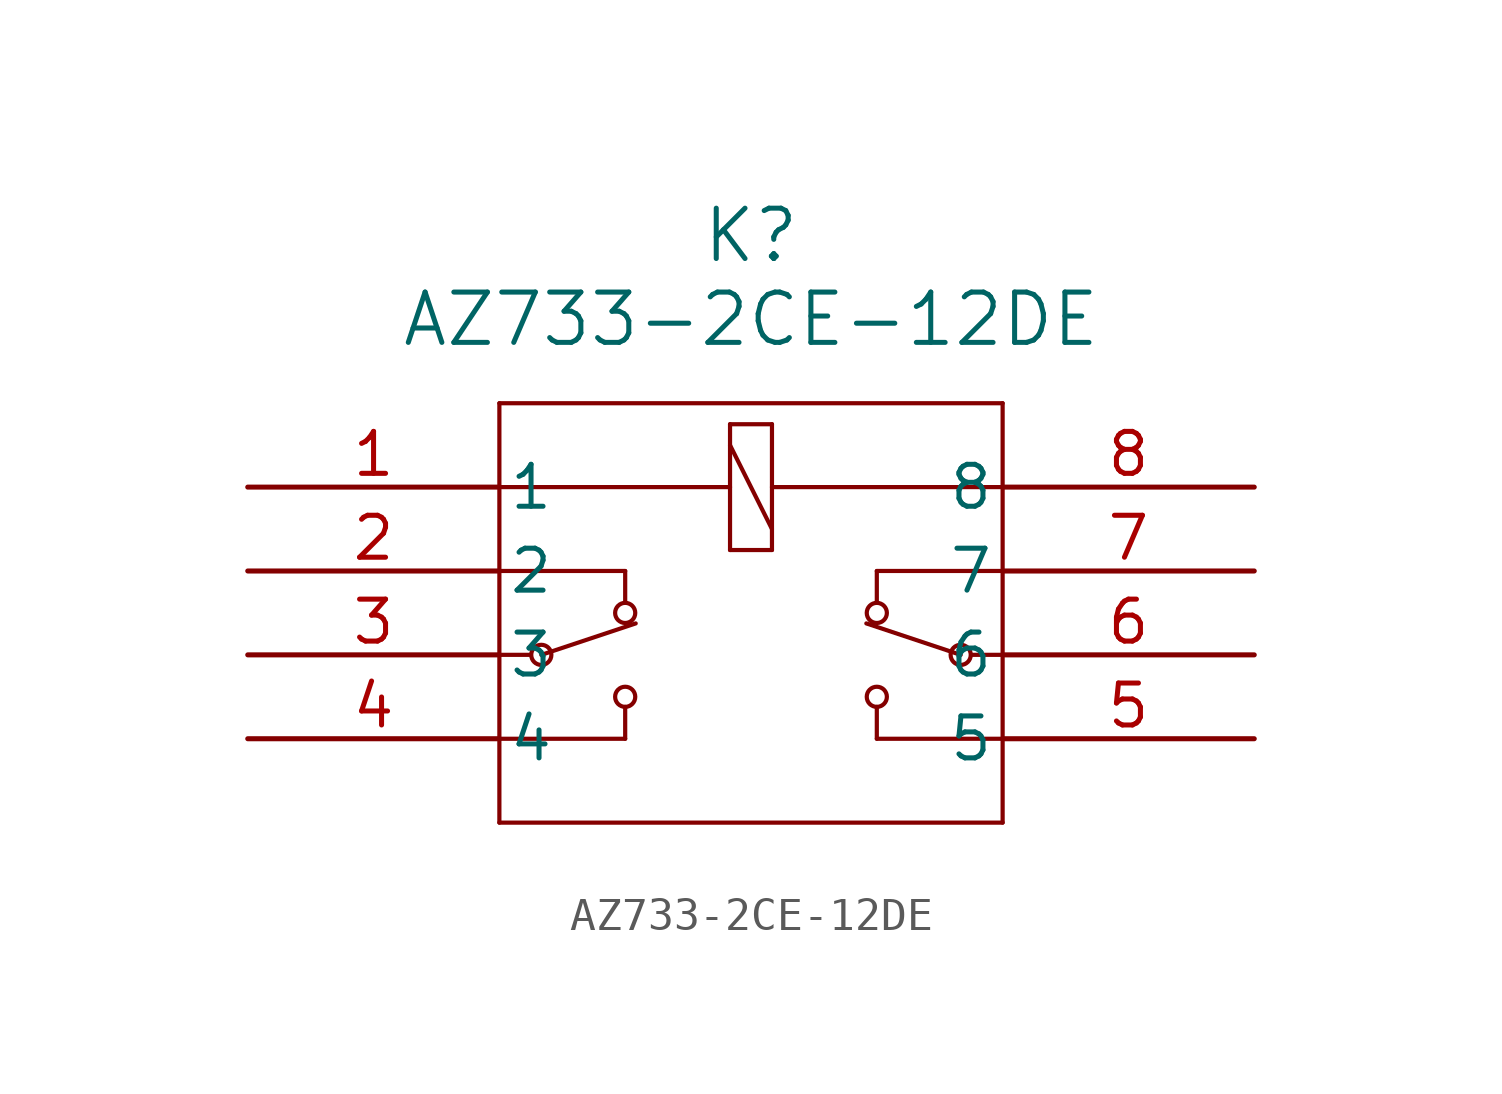
<source format=kicad_sym>
(kicad_symbol_lib
  (version 20211014)
  (generator kicad_symbol_editor)
  (symbol "AZ733-2CE-12DE"
    (pin_names
      (offset 0.254))
    (property "Reference" "K"
      (at 15.24 7.62 0)
      (effects (font (size 1.524 1.524))))
    (property "Value" "AZ733-2CE-12DE"
      (at 15.24 5.08 0)
      (effects (font (size 1.524 1.524))))
    (symbol "AZ733-2CE-12DE_0_1"
      (polyline (pts (xy 7.62 2.54) (xy 7.62 -10.16)) (stroke (width 0.127) (type default) (color 0 0 0 0)) (fill (type none)))
      (polyline (pts (xy 7.62 -10.16) (xy 22.86 -10.16)) (stroke (width 0.127) (type default) (color 0 0 0 0)) (fill (type none)))
      (polyline (pts (xy 22.86 -10.16) (xy 22.86 2.54)) (stroke (width 0.127) (type default) (color 0 0 0 0)) (fill (type none)))
      (polyline (pts (xy 22.86 2.54) (xy 7.62 2.54)) (stroke (width 0.127) (type default) (color 0 0 0 0)) (fill (type none)))
      (polyline (pts (xy 7.62 -5.08) (xy 8.572 -5.08)) (stroke (width 0.127) (type default) (color 0 0 0 0)) (fill (type none)))
      (polyline (pts (xy 7.62 -7.62) (xy 11.43 -7.62)) (stroke (width 0.127) (type default) (color 0 0 0 0)) (fill (type none)))
      (polyline (pts (xy 7.62 -2.54) (xy 11.43 -2.54)) (stroke (width 0.127) (type default) (color 0 0 0 0)) (fill (type none)))
      (polyline (pts (xy 11.43 -2.54) (xy 11.43 -3.493)) (stroke (width 0.127) (type default) (color 0 0 0 0)) (fill (type none)))
      (polyline (pts (xy 11.43 -6.655) (xy 11.43 -7.62)) (stroke (width 0.127) (type default) (color 0 0 0 0)) (fill (type none)))
      (circle (center 8.89 -5.08) (radius 0.305) (stroke (width 0.127) (type default) (color 0 0 0 0)) (fill (type none)))
      (circle (center 11.43 -3.81) (radius 0.305) (stroke (width 0.127) (type default) (color 0 0 0 0)) (fill (type none)))
      (circle (center 11.43 -6.35) (radius 0.305) (stroke (width 0.127) (type default) (color 0 0 0 0)) (fill (type none)))
      (polyline (pts (xy 8.89 -5.08) (xy 11.748 -4.128)) (stroke (width 0.127) (type default) (color 0 0 0 0)) (fill (type none)))
      (polyline (pts (xy 22.86 -5.08) (xy 21.907 -5.08)) (stroke (width 0.127) (type default) (color 0 0 0 0)) (fill (type none)))
      (polyline (pts (xy 22.86 -7.62) (xy 19.05 -7.62)) (stroke (width 0.127) (type default) (color 0 0 0 0)) (fill (type none)))
      (polyline (pts (xy 22.86 -2.54) (xy 19.05 -2.54)) (stroke (width 0.127) (type default) (color 0 0 0 0)) (fill (type none)))
      (polyline (pts (xy 19.05 -2.54) (xy 19.05 -3.493)) (stroke (width 0.127) (type default) (color 0 0 0 0)) (fill (type none)))
      (polyline (pts (xy 19.05 -6.655) (xy 19.05 -7.62)) (stroke (width 0.127) (type default) (color 0 0 0 0)) (fill (type none)))
      (circle (center 21.59 -5.08) (radius 0.305) (stroke (width 0.127) (type default) (color 0 0 0 0)) (fill (type none)))
      (circle (center 19.05 -3.81) (radius 0.305) (stroke (width 0.127) (type default) (color 0 0 0 0)) (fill (type none)))
      (circle (center 19.05 -6.35) (radius 0.305) (stroke (width 0.127) (type default) (color 0 0 0 0)) (fill (type none)))
      (polyline (pts (xy 21.59 -5.08) (xy 18.733 -4.128)) (stroke (width 0.127) (type default) (color 0 0 0 0)) (fill (type none)))
      (polyline (pts (xy 7.62 0) (xy 14.605 0)) (stroke (width 0.127) (type default) (color 0 0 0 0)) (fill (type none)))
      (polyline (pts (xy 14.605 1.905) (xy 14.605 -1.905)) (stroke (width 0.127) (type default) (color 0 0 0 0)) (fill (type none)))
      (polyline (pts (xy 14.605 -1.905) (xy 15.875 -1.905)) (stroke (width 0.127) (type default) (color 0 0 0 0)) (fill (type none)))
      (polyline (pts (xy 15.875 -1.905) (xy 15.875 1.905)) (stroke (width 0.127) (type default) (color 0 0 0 0)) (fill (type none)))
      (polyline (pts (xy 15.875 0) (xy 22.86 0)) (stroke (width 0.127) (type default) (color 0 0 0 0)) (fill (type none)))
      (polyline (pts (xy 14.605 1.905) (xy 15.875 1.905)) (stroke (width 0.127) (type default) (color 0 0 0 0)) (fill (type none)))
      (polyline (pts (xy 14.605 1.27) (xy 15.875 -1.27)) (stroke (width 0.127) (type default) (color 0 0 0 0)) (fill (type none)))
      (pin unspecified line (at 0 0 0) (length 7.62) (name "1" (effects (font (size 1.27 1.27)))) (number "1" (effects (font (size 1.27 1.27)))))
      (pin unspecified line (at 0 -2.54 0) (length 7.62) (name "2" (effects (font (size 1.27 1.27)))) (number "2" (effects (font (size 1.27 1.27)))))
      (pin unspecified line (at 0 -5.08 0) (length 7.62) (name "3" (effects (font (size 1.27 1.27)))) (number "3" (effects (font (size 1.27 1.27)))))
      (pin unspecified line (at 0 -7.62 0) (length 7.62) (name "4" (effects (font (size 1.27 1.27)))) (number "4" (effects (font (size 1.27 1.27)))))
      (pin unspecified line (at 30.48 -7.62 180) (length 7.62) (name "5" (effects (font (size 1.27 1.27)))) (number "5" (effects (font (size 1.27 1.27)))))
      (pin unspecified line (at 30.48 -5.08 180) (length 7.62) (name "6" (effects (font (size 1.27 1.27)))) (number "6" (effects (font (size 1.27 1.27)))))
      (pin unspecified line (at 30.48 -2.54 180) (length 7.62) (name "7" (effects (font (size 1.27 1.27)))) (number "7" (effects (font (size 1.27 1.27)))))
      (pin unspecified line (at 30.48 0 180) (length 7.62) (name "8" (effects (font (size 1.27 1.27)))) (number "8" (effects (font (size 1.27 1.27))))))))
</source>
